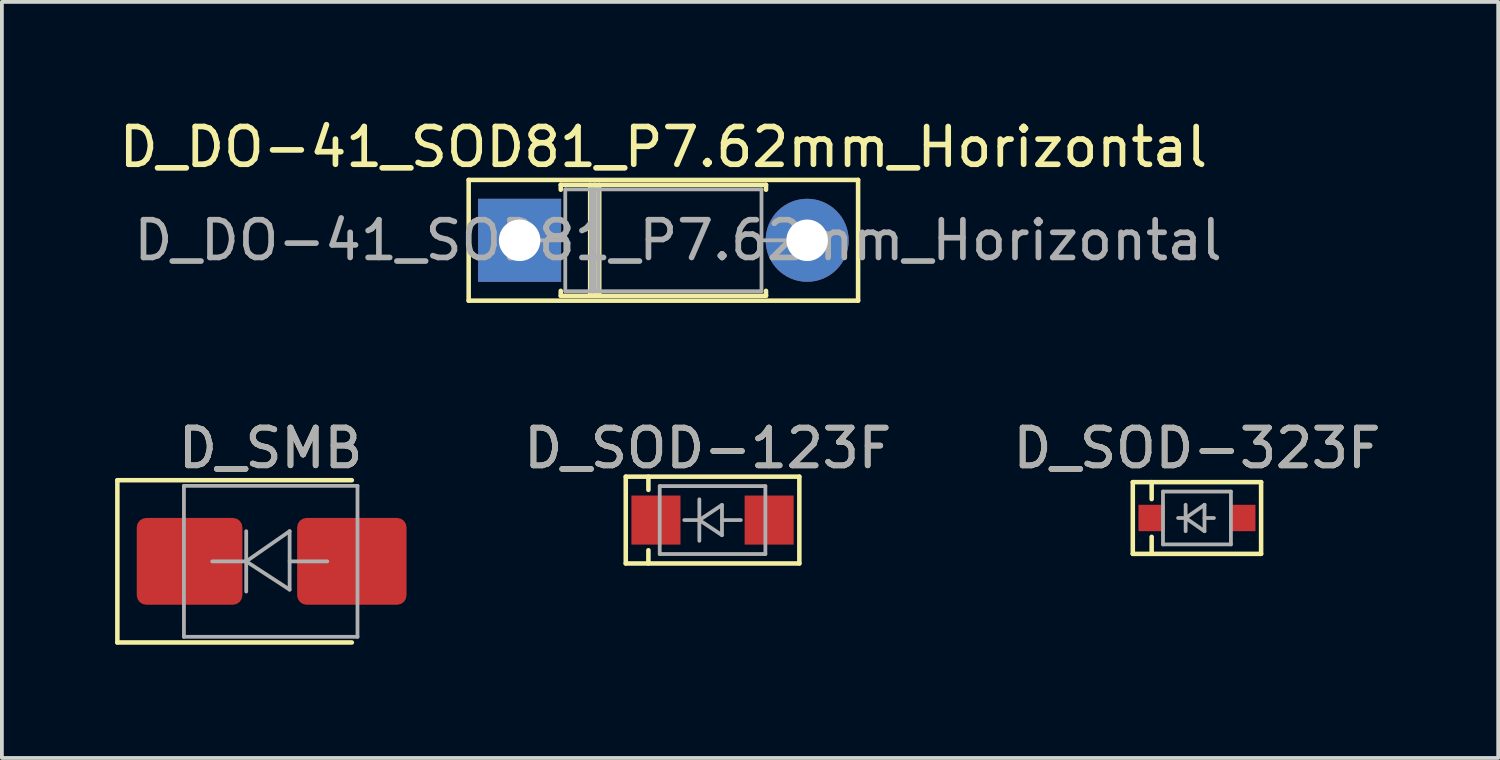
<source format=kicad_pcb>
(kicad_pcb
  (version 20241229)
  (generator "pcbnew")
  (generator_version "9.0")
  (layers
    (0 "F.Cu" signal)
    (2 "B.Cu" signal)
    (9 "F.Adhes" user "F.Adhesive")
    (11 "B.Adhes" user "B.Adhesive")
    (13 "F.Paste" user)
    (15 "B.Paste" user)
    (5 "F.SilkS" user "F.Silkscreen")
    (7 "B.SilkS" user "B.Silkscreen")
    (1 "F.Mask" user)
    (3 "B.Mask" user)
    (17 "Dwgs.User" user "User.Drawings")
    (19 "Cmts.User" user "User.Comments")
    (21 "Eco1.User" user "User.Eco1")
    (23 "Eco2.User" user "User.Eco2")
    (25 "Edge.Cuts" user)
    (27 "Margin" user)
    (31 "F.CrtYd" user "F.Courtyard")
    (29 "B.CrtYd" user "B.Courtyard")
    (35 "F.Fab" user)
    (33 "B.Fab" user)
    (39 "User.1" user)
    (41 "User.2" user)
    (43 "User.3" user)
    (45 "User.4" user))
  (footprint "D_SMB"
    (layer "F.Cu")
    (at 4.124 11.826)
    (property "Reference" "D_SMB" (at 0 -3 0) (layer "F.SilkS") (effects (font (size 1 1) (thickness 0.15))))
    (attr smd)
    (fp_line (start -4.064 -2.15) (end -4.064 2.15) (stroke (width 0.12) (type solid)) (layer "F.SilkS"))
    (fp_line (start -4.064 -2.15) (end 2.15 -2.15) (stroke (width 0.12) (type solid)) (layer "F.SilkS"))
    (fp_line (start -4.064 2.15) (end 2.15 2.15) (stroke (width 0.12) (type solid)) (layer "F.SilkS"))
    (fp_line (start -2.3 2) (end -2.3 -2) (stroke (width 0.1) (type solid)) (layer "F.Fab"))
    (fp_line (start -0.649 -0.799) (end -0.649 0.801) (stroke (width 0.1) (type solid)) (layer "F.Fab"))
    (fp_line (start -0.649 0.001) (end -1.551 0.001) (stroke (width 0.1) (type solid)) (layer "F.Fab"))
    (fp_line (start -0.649 0.001) (end 0.501 -0.799) (stroke (width 0.1) (type solid)) (layer "F.Fab"))
    (fp_line (start -0.649 0.001) (end 0.501 0.75) (stroke (width 0.1) (type solid)) (layer "F.Fab"))
    (fp_line (start 0.501 0.001) (end 1.499 0.001) (stroke (width 0.1) (type solid)) (layer "F.Fab"))
    (fp_line (start 0.501 0.75) (end 0.501 -0.799) (stroke (width 0.1) (type solid)) (layer "F.Fab"))
    (fp_line (start 2.3 -2) (end -2.3 -2) (stroke (width 0.1) (type solid)) (layer "F.Fab"))
    (fp_line (start 2.3 -2) (end 2.3 2) (stroke (width 0.1) (type solid)) (layer "F.Fab"))
    (fp_line (start 2.3 2) (end -2.3 2) (stroke (width 0.1) (type solid)) (layer "F.Fab"))
    (fp_text user "${REFERENCE}" (at 0 -3 0) (layer "F.Fab") (effects (font (size 1 1) (thickness 0.15))))
    (pad "1" smd roundrect (at -2.15 0) (size 2.8 2.3) (layers "F.Cu" "F.Mask" "F.Paste") (roundrect_rratio 0.109))
    (pad "2" smd roundrect (at 2.15 0) (size 2.9 2.3) (layers "F.Cu" "F.Mask" "F.Paste") (roundrect_rratio 0.109)))
  (footprint "D_SOD-323F"
    (layer "F.Cu")
    (at 28.67 10.677)
    (property "Reference" "D_SOD-323F" (at 0 -1.85 0) (layer "F.SilkS") (effects (font (size 1 1) (thickness 0.15))))
    (attr smd)
    (fp_line (start -1.7 -0.95) (end -1.7 0.95) (stroke (width 0.12) (type solid)) (layer "F.SilkS"))
    (fp_line (start -1.7 -0.95) (end 1.7 -0.95) (stroke (width 0.12) (type solid)) (layer "F.SilkS"))
    (fp_line (start -1.7 0.95) (end 1.7 0.95) (stroke (width 0.12) (type solid)) (layer "F.SilkS"))
    (fp_line (start -1.2 -0.95) (end -1.2 -0.5) (stroke (width 0.12) (type solid)) (layer "F.SilkS"))
    (fp_line (start -1.2 0.5) (end -1.2 0.95) (stroke (width 0.12) (type solid)) (layer "F.SilkS"))
    (fp_line (start 1.7 -0.95) (end 1.7 0.95) (stroke (width 0.12) (type solid)) (layer "F.SilkS"))
    (fp_line (start -0.9 -0.7) (end 0.9 -0.7) (stroke (width 0.1) (type solid)) (layer "F.Fab"))
    (fp_line (start -0.9 0.7) (end -0.9 -0.7) (stroke (width 0.1) (type solid)) (layer "F.Fab"))
    (fp_line (start -0.3 -0.35) (end -0.3 0.35) (stroke (width 0.1) (type solid)) (layer "F.Fab"))
    (fp_line (start -0.3 0) (end -0.5 0) (stroke (width 0.1) (type solid)) (layer "F.Fab"))
    (fp_line (start -0.3 0) (end 0.2 -0.35) (stroke (width 0.1) (type solid)) (layer "F.Fab"))
    (fp_line (start 0.2 -0.35) (end 0.2 0.35) (stroke (width 0.1) (type solid)) (layer "F.Fab"))
    (fp_line (start 0.2 0) (end 0.45 0) (stroke (width 0.1) (type solid)) (layer "F.Fab"))
    (fp_line (start 0.2 0.35) (end -0.3 0) (stroke (width 0.1) (type solid)) (layer "F.Fab"))
    (fp_line (start 0.9 -0.7) (end 0.9 0.7) (stroke (width 0.1) (type solid)) (layer "F.Fab"))
    (fp_line (start 0.9 0.7) (end -0.9 0.7) (stroke (width 0.1) (type solid)) (layer "F.Fab"))
    (fp_text user "${REFERENCE}" (at 0 -1.85 0) (layer "F.Fab") (effects (font (size 1 1) (thickness 0.15))))
    (pad "1" smd rect (at -1.2 0) (size 0.7 0.7) (layers "F.Cu" "F.Mask" "F.Paste"))
    (pad "2" smd rect (at 1.2 0) (size 0.7 0.7) (layers "F.Cu" "F.Mask" "F.Paste")))
  (footprint "D_DO-41_SOD81_P7.62mm_Horizontal"
    (layer "F.Cu")
    (at 10.72 3.318)
    (property "Reference" "D_DO-41_SOD81_P7.62mm_Horizontal" (at 3.81 -2.47 0) (layer "F.SilkS") (effects (font (size 1 1) (thickness 0.15))))
    (attr through_hole)
    (fp_line (start -1.35 -1.6) (end -1.35 1.6) (stroke (width 0.12) (type solid)) (layer "F.SilkS"))
    (fp_line (start -1.35 1.6) (end 8.97 1.6) (stroke (width 0.12) (type solid)) (layer "F.SilkS"))
    (fp_line (start 1.09 -1.47) (end 6.53 -1.47) (stroke (width 0.12) (type solid)) (layer "F.SilkS"))
    (fp_line (start 1.09 -1.34) (end 1.09 -1.47) (stroke (width 0.12) (type solid)) (layer "F.SilkS"))
    (fp_line (start 1.09 1.34) (end 1.09 1.47) (stroke (width 0.12) (type solid)) (layer "F.SilkS"))
    (fp_line (start 1.09 1.47) (end 6.53 1.47) (stroke (width 0.12) (type solid)) (layer "F.SilkS"))
    (fp_line (start 1.87 -1.47) (end 1.87 1.47) (stroke (width 0.12) (type solid)) (layer "F.SilkS"))
    (fp_line (start 1.99 -1.47) (end 1.99 1.47) (stroke (width 0.12) (type solid)) (layer "F.SilkS"))
    (fp_line (start 2.11 -1.47) (end 2.11 1.47) (stroke (width 0.12) (type solid)) (layer "F.SilkS"))
    (fp_line (start 6.53 -1.47) (end 6.53 -1.34) (stroke (width 0.12) (type solid)) (layer "F.SilkS"))
    (fp_line (start 6.53 1.47) (end 6.53 1.34) (stroke (width 0.12) (type solid)) (layer "F.SilkS"))
    (fp_line (start 8.97 -1.6) (end -1.35 -1.6) (stroke (width 0.12) (type solid)) (layer "F.SilkS"))
    (fp_line (start 8.97 1.6) (end 8.97 -1.6) (stroke (width 0.12) (type solid)) (layer "F.SilkS"))
    (fp_line (start 0 0) (end 1.21 0) (stroke (width 0.1) (type solid)) (layer "F.Fab"))
    (fp_line (start 1.21 -1.35) (end 1.21 1.35) (stroke (width 0.1) (type solid)) (layer "F.Fab"))
    (fp_line (start 1.21 1.35) (end 6.41 1.35) (stroke (width 0.1) (type solid)) (layer "F.Fab"))
    (fp_line (start 1.89 -1.35) (end 1.89 1.35) (stroke (width 0.1) (type solid)) (layer "F.Fab"))
    (fp_line (start 1.99 -1.35) (end 1.99 1.35) (stroke (width 0.1) (type solid)) (layer "F.Fab"))
    (fp_line (start 2.09 -1.35) (end 2.09 1.35) (stroke (width 0.1) (type solid)) (layer "F.Fab"))
    (fp_line (start 6.41 -1.35) (end 1.21 -1.35) (stroke (width 0.1) (type solid)) (layer "F.Fab"))
    (fp_line (start 6.41 1.35) (end 6.41 -1.35) (stroke (width 0.1) (type solid)) (layer "F.Fab"))
    (fp_line (start 7.62 0) (end 6.41 0) (stroke (width 0.1) (type solid)) (layer "F.Fab"))
    (fp_text user "${REFERENCE}" (at 4.2 0 0) (layer "F.Fab") (effects (font (size 1 1) (thickness 0.15))))
    (pad "1" thru_hole rect (at 0 0) (size 2.2 2.2) (drill 1.1) (layers "*.Cu" "*.Mask"))
    (pad "2" thru_hole oval (at 7.62 0) (size 2.2 2.2) (drill 1.1) (layers "*.Cu" "*.Mask")))
  (footprint "D_SOD-123F"
    (layer "F.Cu")
    (at 15.833 10.732)
    (property "Reference" "D_SOD-123F" (at -0.127 -1.905 0) (layer "F.SilkS") (effects (font (size 1 1) (thickness 0.15))))
    (attr smd)
    (fp_line (start -2.3 -1.15) (end -2.3 1.15) (stroke (width 0.12) (type solid)) (layer "F.SilkS"))
    (fp_line (start -2.3 -1.15) (end 2.3 -1.15) (stroke (width 0.12) (type solid)) (layer "F.SilkS"))
    (fp_line (start -1.7 -1.15) (end -1.7 -0.8) (stroke (width 0.12) (type solid)) (layer "F.SilkS"))
    (fp_line (start -1.7 0.8) (end -1.7 1.15) (stroke (width 0.12) (type solid)) (layer "F.SilkS"))
    (fp_line (start 2.3 -1.15) (end 2.3 1.15) (stroke (width 0.12) (type solid)) (layer "F.SilkS"))
    (fp_line (start 2.3 1.15) (end -2.3 1.15) (stroke (width 0.12) (type solid)) (layer "F.SilkS"))
    (fp_line (start -1.4 -0.9) (end 1.4 -0.9) (stroke (width 0.1) (type solid)) (layer "F.Fab"))
    (fp_line (start -1.4 0.9) (end -1.4 -0.9) (stroke (width 0.1) (type solid)) (layer "F.Fab"))
    (fp_line (start -0.75 0) (end -0.35 0) (stroke (width 0.1) (type solid)) (layer "F.Fab"))
    (fp_line (start -0.35 0) (end -0.35 -0.55) (stroke (width 0.1) (type solid)) (layer "F.Fab"))
    (fp_line (start -0.35 0) (end -0.35 0.55) (stroke (width 0.1) (type solid)) (layer "F.Fab"))
    (fp_line (start -0.35 0) (end 0.25 -0.4) (stroke (width 0.1) (type solid)) (layer "F.Fab"))
    (fp_line (start 0.25 -0.4) (end 0.25 0.4) (stroke (width 0.1) (type solid)) (layer "F.Fab"))
    (fp_line (start 0.25 0) (end 0.75 0) (stroke (width 0.1) (type solid)) (layer "F.Fab"))
    (fp_line (start 0.25 0.4) (end -0.35 0) (stroke (width 0.1) (type solid)) (layer "F.Fab"))
    (fp_line (start 1.4 -0.9) (end 1.4 0.9) (stroke (width 0.1) (type solid)) (layer "F.Fab"))
    (fp_line (start 1.4 0.9) (end -1.4 0.9) (stroke (width 0.1) (type solid)) (layer "F.Fab"))
    (fp_text user "${REFERENCE}" (at -0.127 -1.905 0) (layer "F.Fab") (effects (font (size 1 1) (thickness 0.15))))
    (pad "1" smd rect (at -1.5 0) (size 1.3 1.3) (layers "F.Cu" "F.Mask" "F.Paste"))
    (pad "2" smd rect (at 1.5 0) (size 1.3 1.3) (layers "F.Cu" "F.Mask" "F.Paste")))
  (gr_rect
    (start -3 -3)
    (end 36.653 17.037)
    (stroke (width 0.1) (type default))
    (fill no)
    (layer "Edge.Cuts")))
</source>
